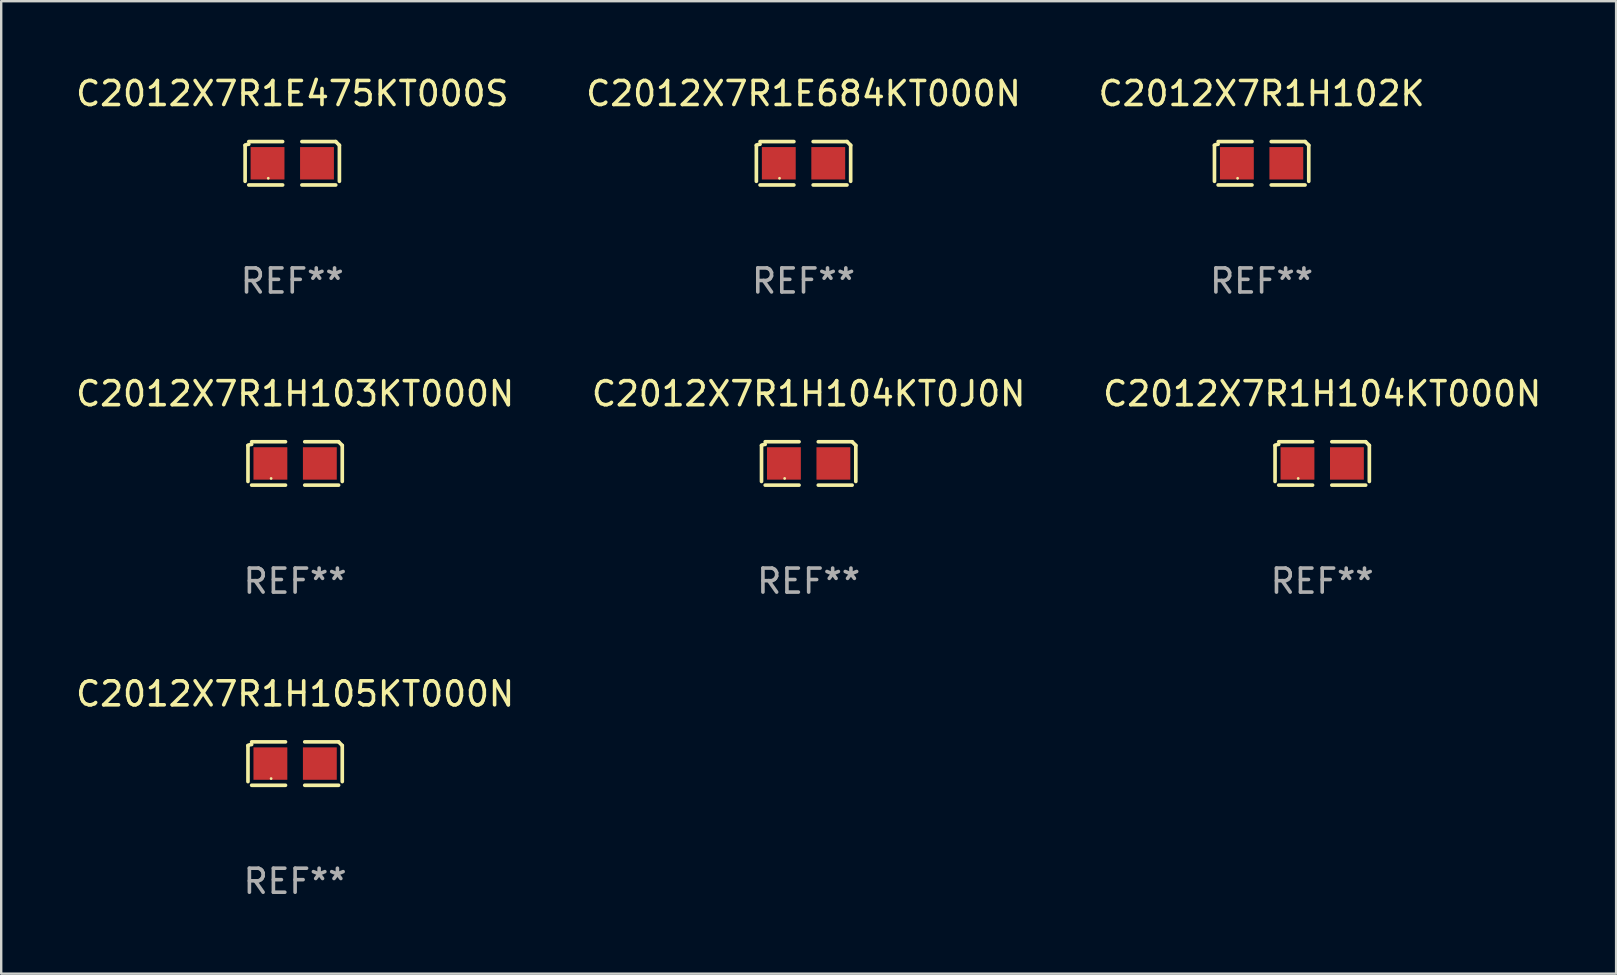
<source format=kicad_pcb>
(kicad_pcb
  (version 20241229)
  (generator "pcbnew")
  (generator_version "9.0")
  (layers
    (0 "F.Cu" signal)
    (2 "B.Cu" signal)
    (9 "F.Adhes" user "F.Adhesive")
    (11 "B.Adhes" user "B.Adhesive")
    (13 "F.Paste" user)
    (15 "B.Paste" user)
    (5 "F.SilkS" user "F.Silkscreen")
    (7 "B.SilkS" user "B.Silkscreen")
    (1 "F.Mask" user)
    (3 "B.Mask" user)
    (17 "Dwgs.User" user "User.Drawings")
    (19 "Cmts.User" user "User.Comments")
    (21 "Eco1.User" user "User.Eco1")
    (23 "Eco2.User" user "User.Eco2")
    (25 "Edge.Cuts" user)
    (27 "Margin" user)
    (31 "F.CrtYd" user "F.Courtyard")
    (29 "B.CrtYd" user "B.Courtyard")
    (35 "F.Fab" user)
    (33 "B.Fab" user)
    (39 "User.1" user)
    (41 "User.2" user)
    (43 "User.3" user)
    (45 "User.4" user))
  (footprint "C2012X7R1E684KT000N"
    (layer "F.Cu")
    (at 30.423 3.752)
    (property "Reference" "C2012X7R1E684KT000N" (at 0 -2.904 0) (layer "F.SilkS") (effects (font (size 1 1) (thickness 0.15))))
    (attr through_hole)
    (fp_line (start -1.964 0.751) (end -1.964 -0.751) (stroke (width 0.152) (type solid)) (layer "F.SilkS"))
    (fp_line (start -1.811 -0.904) (end -0.401 -0.904) (stroke (width 0.152) (type solid)) (layer "F.SilkS"))
    (fp_line (start -0.401 0.904) (end -1.811 0.904) (stroke (width 0.152) (type solid)) (layer "F.SilkS"))
    (fp_line (start 0.401 0.904) (end 1.811 0.904) (stroke (width 0.152) (type solid)) (layer "F.SilkS"))
    (fp_line (start 1.811 -0.904) (end 0.401 -0.904) (stroke (width 0.152) (type solid)) (layer "F.SilkS"))
    (fp_line (start 1.964 0.751) (end 1.964 -0.751) (stroke (width 0.152) (type solid)) (layer "F.SilkS"))
    (fp_arc (start -1.963602 -0.751207) (mid -1.890354 -0.783131) (end -1.811201 -0.794044) (stroke (width 0.1524) (type solid)) (layer "F.SilkS"))
    (fp_arc (start 1.811202 -0.903607) (mid 1.887413 -0.827418) (end 1.963602 -0.751207) (stroke (width 0.1524) (type solid)) (layer "F.SilkS"))
    (fp_circle (center -1 0.625) (end -0.97 0.625) (stroke (width 0.06) (type solid)) (fill no) (layer "F.SilkS"))
    (fp_text user "REF**" (at 0 4.904 0) (layer "F.Fab") (effects (font (size 1 1) (thickness 0.15))))
    (pad "1" smd rect (at -1.03 0) (size 1.41 1.35) (layers "F.Cu" "F.Mask" "F.Paste"))
    (pad "2" smd rect (at 1.03 0) (size 1.41 1.35) (layers "F.Cu" "F.Mask" "F.Paste")))
  (footprint "C2012X7R1H102K"
    (layer "F.Cu")
    (at 49.506 3.752)
    (property "Reference" "C2012X7R1H102K" (at 0 -2.904 0) (layer "F.SilkS") (effects (font (size 1 1) (thickness 0.15))))
    (attr through_hole)
    (fp_line (start -1.964 0.751) (end -1.964 -0.751) (stroke (width 0.152) (type solid)) (layer "F.SilkS"))
    (fp_line (start -1.811 -0.904) (end -0.401 -0.904) (stroke (width 0.152) (type solid)) (layer "F.SilkS"))
    (fp_line (start -0.401 0.904) (end -1.811 0.904) (stroke (width 0.152) (type solid)) (layer "F.SilkS"))
    (fp_line (start 0.401 0.904) (end 1.811 0.904) (stroke (width 0.152) (type solid)) (layer "F.SilkS"))
    (fp_line (start 1.811 -0.904) (end 0.401 -0.904) (stroke (width 0.152) (type solid)) (layer "F.SilkS"))
    (fp_line (start 1.964 0.751) (end 1.964 -0.751) (stroke (width 0.152) (type solid)) (layer "F.SilkS"))
    (fp_arc (start -1.963602 -0.751207) (mid -1.890354 -0.783131) (end -1.811201 -0.794044) (stroke (width 0.1524) (type solid)) (layer "F.SilkS"))
    (fp_arc (start 1.811202 -0.903607) (mid 1.887413 -0.827418) (end 1.963602 -0.751207) (stroke (width 0.1524) (type solid)) (layer "F.SilkS"))
    (fp_circle (center -1 0.625) (end -0.97 0.625) (stroke (width 0.06) (type solid)) (fill no) (layer "F.SilkS"))
    (fp_text user "REF**" (at 0 4.904 0) (layer "F.Fab") (effects (font (size 1 1) (thickness 0.15))))
    (pad "1" smd rect (at -1.03 0) (size 1.41 1.35) (layers "F.Cu" "F.Mask" "F.Paste"))
    (pad "2" smd rect (at 1.03 0) (size 1.41 1.35) (layers "F.Cu" "F.Mask" "F.Paste")))
  (footprint "C2012X7R1E475KT000S"
    (layer "F.Cu")
    (at 9.125 3.752)
    (property "Reference" "C2012X7R1E475KT000S" (at 0 -2.904 0) (layer "F.SilkS") (effects (font (size 1 1) (thickness 0.15))))
    (attr through_hole)
    (fp_line (start -1.964 0.751) (end -1.964 -0.751) (stroke (width 0.152) (type solid)) (layer "F.SilkS"))
    (fp_line (start -1.811 -0.904) (end -0.401 -0.904) (stroke (width 0.152) (type solid)) (layer "F.SilkS"))
    (fp_line (start -0.401 0.904) (end -1.811 0.904) (stroke (width 0.152) (type solid)) (layer "F.SilkS"))
    (fp_line (start 0.401 0.904) (end 1.811 0.904) (stroke (width 0.152) (type solid)) (layer "F.SilkS"))
    (fp_line (start 1.811 -0.904) (end 0.401 -0.904) (stroke (width 0.152) (type solid)) (layer "F.SilkS"))
    (fp_line (start 1.964 0.751) (end 1.964 -0.751) (stroke (width 0.152) (type solid)) (layer "F.SilkS"))
    (fp_arc (start -1.963602 -0.751207) (mid -1.890354 -0.783131) (end -1.811201 -0.794044) (stroke (width 0.1524) (type solid)) (layer "F.SilkS"))
    (fp_arc (start 1.811202 -0.903607) (mid 1.887413 -0.827418) (end 1.963602 -0.751207) (stroke (width 0.1524) (type solid)) (layer "F.SilkS"))
    (fp_circle (center -1 0.625) (end -0.97 0.625) (stroke (width 0.06) (type solid)) (fill no) (layer "F.SilkS"))
    (fp_text user "REF**" (at 0 4.904 0) (layer "F.Fab") (effects (font (size 1 1) (thickness 0.15))))
    (pad "1" smd rect (at -1.03 0) (size 1.41 1.35) (layers "F.Cu" "F.Mask" "F.Paste"))
    (pad "2" smd rect (at 1.03 0) (size 1.41 1.35) (layers "F.Cu" "F.Mask" "F.Paste")))
  (footprint "C2012X7R1H104KT000N"
    (layer "F.Cu")
    (at 52.03 16.256)
    (property "Reference" "C2012X7R1H104KT000N" (at 0 -2.904 0) (layer "F.SilkS") (effects (font (size 1 1) (thickness 0.15))))
    (attr through_hole)
    (fp_line (start -1.964 0.751) (end -1.964 -0.751) (stroke (width 0.152) (type solid)) (layer "F.SilkS"))
    (fp_line (start -1.811 -0.904) (end -0.401 -0.904) (stroke (width 0.152) (type solid)) (layer "F.SilkS"))
    (fp_line (start -0.401 0.904) (end -1.811 0.904) (stroke (width 0.152) (type solid)) (layer "F.SilkS"))
    (fp_line (start 0.401 0.904) (end 1.811 0.904) (stroke (width 0.152) (type solid)) (layer "F.SilkS"))
    (fp_line (start 1.811 -0.904) (end 0.401 -0.904) (stroke (width 0.152) (type solid)) (layer "F.SilkS"))
    (fp_line (start 1.964 0.751) (end 1.964 -0.751) (stroke (width 0.152) (type solid)) (layer "F.SilkS"))
    (fp_arc (start -1.963602 -0.751207) (mid -1.890354 -0.783131) (end -1.811201 -0.794044) (stroke (width 0.1524) (type solid)) (layer "F.SilkS"))
    (fp_arc (start 1.811202 -0.903607) (mid 1.887413 -0.827418) (end 1.963602 -0.751207) (stroke (width 0.1524) (type solid)) (layer "F.SilkS"))
    (fp_circle (center -1 0.625) (end -0.97 0.625) (stroke (width 0.06) (type solid)) (fill no) (layer "F.SilkS"))
    (fp_text user "REF**" (at 0 4.904 0) (layer "F.Fab") (effects (font (size 1 1) (thickness 0.15))))
    (pad "1" smd rect (at -1.03 0) (size 1.41 1.35) (layers "F.Cu" "F.Mask" "F.Paste"))
    (pad "2" smd rect (at 1.03 0) (size 1.41 1.35) (layers "F.Cu" "F.Mask" "F.Paste")))
  (footprint "C2012X7R1H103KT000N"
    (layer "F.Cu")
    (at 9.244 16.256)
    (property "Reference" "C2012X7R1H103KT000N" (at 0 -2.904 0) (layer "F.SilkS") (effects (font (size 1 1) (thickness 0.15))))
    (attr through_hole)
    (fp_line (start -1.964 0.751) (end -1.964 -0.751) (stroke (width 0.152) (type solid)) (layer "F.SilkS"))
    (fp_line (start -1.811 -0.904) (end -0.401 -0.904) (stroke (width 0.152) (type solid)) (layer "F.SilkS"))
    (fp_line (start -0.401 0.904) (end -1.811 0.904) (stroke (width 0.152) (type solid)) (layer "F.SilkS"))
    (fp_line (start 0.401 0.904) (end 1.811 0.904) (stroke (width 0.152) (type solid)) (layer "F.SilkS"))
    (fp_line (start 1.811 -0.904) (end 0.401 -0.904) (stroke (width 0.152) (type solid)) (layer "F.SilkS"))
    (fp_line (start 1.964 0.751) (end 1.964 -0.751) (stroke (width 0.152) (type solid)) (layer "F.SilkS"))
    (fp_arc (start -1.963602 -0.751207) (mid -1.890354 -0.783131) (end -1.811201 -0.794044) (stroke (width 0.1524) (type solid)) (layer "F.SilkS"))
    (fp_arc (start 1.811202 -0.903607) (mid 1.887413 -0.827418) (end 1.963602 -0.751207) (stroke (width 0.1524) (type solid)) (layer "F.SilkS"))
    (fp_circle (center -1 0.625) (end -0.97 0.625) (stroke (width 0.06) (type solid)) (fill no) (layer "F.SilkS"))
    (fp_text user "REF**" (at 0 4.904 0) (layer "F.Fab") (effects (font (size 1 1) (thickness 0.15))))
    (pad "1" smd rect (at -1.03 0) (size 1.41 1.35) (layers "F.Cu" "F.Mask" "F.Paste"))
    (pad "2" smd rect (at 1.03 0) (size 1.41 1.35) (layers "F.Cu" "F.Mask" "F.Paste")))
  (footprint "C2012X7R1H105KT000N"
    (layer "F.Cu")
    (at 9.244 28.759)
    (property "Reference" "C2012X7R1H105KT000N" (at 0 -2.904 0) (layer "F.SilkS") (effects (font (size 1 1) (thickness 0.15))))
    (attr through_hole)
    (fp_line (start -1.964 0.751) (end -1.964 -0.751) (stroke (width 0.152) (type solid)) (layer "F.SilkS"))
    (fp_line (start -1.811 -0.904) (end -0.401 -0.904) (stroke (width 0.152) (type solid)) (layer "F.SilkS"))
    (fp_line (start -0.401 0.904) (end -1.811 0.904) (stroke (width 0.152) (type solid)) (layer "F.SilkS"))
    (fp_line (start 0.401 0.904) (end 1.811 0.904) (stroke (width 0.152) (type solid)) (layer "F.SilkS"))
    (fp_line (start 1.811 -0.904) (end 0.401 -0.904) (stroke (width 0.152) (type solid)) (layer "F.SilkS"))
    (fp_line (start 1.964 0.751) (end 1.964 -0.751) (stroke (width 0.152) (type solid)) (layer "F.SilkS"))
    (fp_arc (start -1.963602 -0.751207) (mid -1.890354 -0.783131) (end -1.811201 -0.794044) (stroke (width 0.1524) (type solid)) (layer "F.SilkS"))
    (fp_arc (start 1.811202 -0.903607) (mid 1.887413 -0.827418) (end 1.963602 -0.751207) (stroke (width 0.1524) (type solid)) (layer "F.SilkS"))
    (fp_circle (center -1 0.625) (end -0.97 0.625) (stroke (width 0.06) (type solid)) (fill no) (layer "F.SilkS"))
    (fp_text user "REF**" (at 0 4.904 0) (layer "F.Fab") (effects (font (size 1 1) (thickness 0.15))))
    (pad "1" smd rect (at -1.03 0) (size 1.41 1.35) (layers "F.Cu" "F.Mask" "F.Paste"))
    (pad "2" smd rect (at 1.03 0) (size 1.41 1.35) (layers "F.Cu" "F.Mask" "F.Paste")))
  (footprint "C2012X7R1H104KT0J0N"
    (layer "F.Cu")
    (at 30.637 16.256)
    (property "Reference" "C2012X7R1H104KT0J0N" (at 0 -2.904 0) (layer "F.SilkS") (effects (font (size 1 1) (thickness 0.15))))
    (attr through_hole)
    (fp_line (start -1.964 0.751) (end -1.964 -0.751) (stroke (width 0.152) (type solid)) (layer "F.SilkS"))
    (fp_line (start -1.811 -0.904) (end -0.401 -0.904) (stroke (width 0.152) (type solid)) (layer "F.SilkS"))
    (fp_line (start -0.401 0.904) (end -1.811 0.904) (stroke (width 0.152) (type solid)) (layer "F.SilkS"))
    (fp_line (start 0.401 0.904) (end 1.811 0.904) (stroke (width 0.152) (type solid)) (layer "F.SilkS"))
    (fp_line (start 1.811 -0.904) (end 0.401 -0.904) (stroke (width 0.152) (type solid)) (layer "F.SilkS"))
    (fp_line (start 1.964 0.751) (end 1.964 -0.751) (stroke (width 0.152) (type solid)) (layer "F.SilkS"))
    (fp_arc (start -1.963602 -0.751207) (mid -1.890354 -0.783131) (end -1.811201 -0.794044) (stroke (width 0.1524) (type solid)) (layer "F.SilkS"))
    (fp_arc (start 1.811202 -0.903607) (mid 1.887413 -0.827418) (end 1.963602 -0.751207) (stroke (width 0.1524) (type solid)) (layer "F.SilkS"))
    (fp_circle (center -1 0.625) (end -0.97 0.625) (stroke (width 0.06) (type solid)) (fill no) (layer "F.SilkS"))
    (fp_text user "REF**" (at 0 4.904 0) (layer "F.Fab") (effects (font (size 1 1) (thickness 0.15))))
    (pad "1" smd rect (at -1.03 0) (size 1.41 1.35) (layers "F.Cu" "F.Mask" "F.Paste"))
    (pad "2" smd rect (at 1.03 0) (size 1.41 1.35) (layers "F.Cu" "F.Mask" "F.Paste")))
  (gr_rect
    (start -3 -3)
    (end 64.274 37.511)
    (stroke (width 0.1) (type default))
    (fill no)
    (layer "Edge.Cuts")))
</source>
